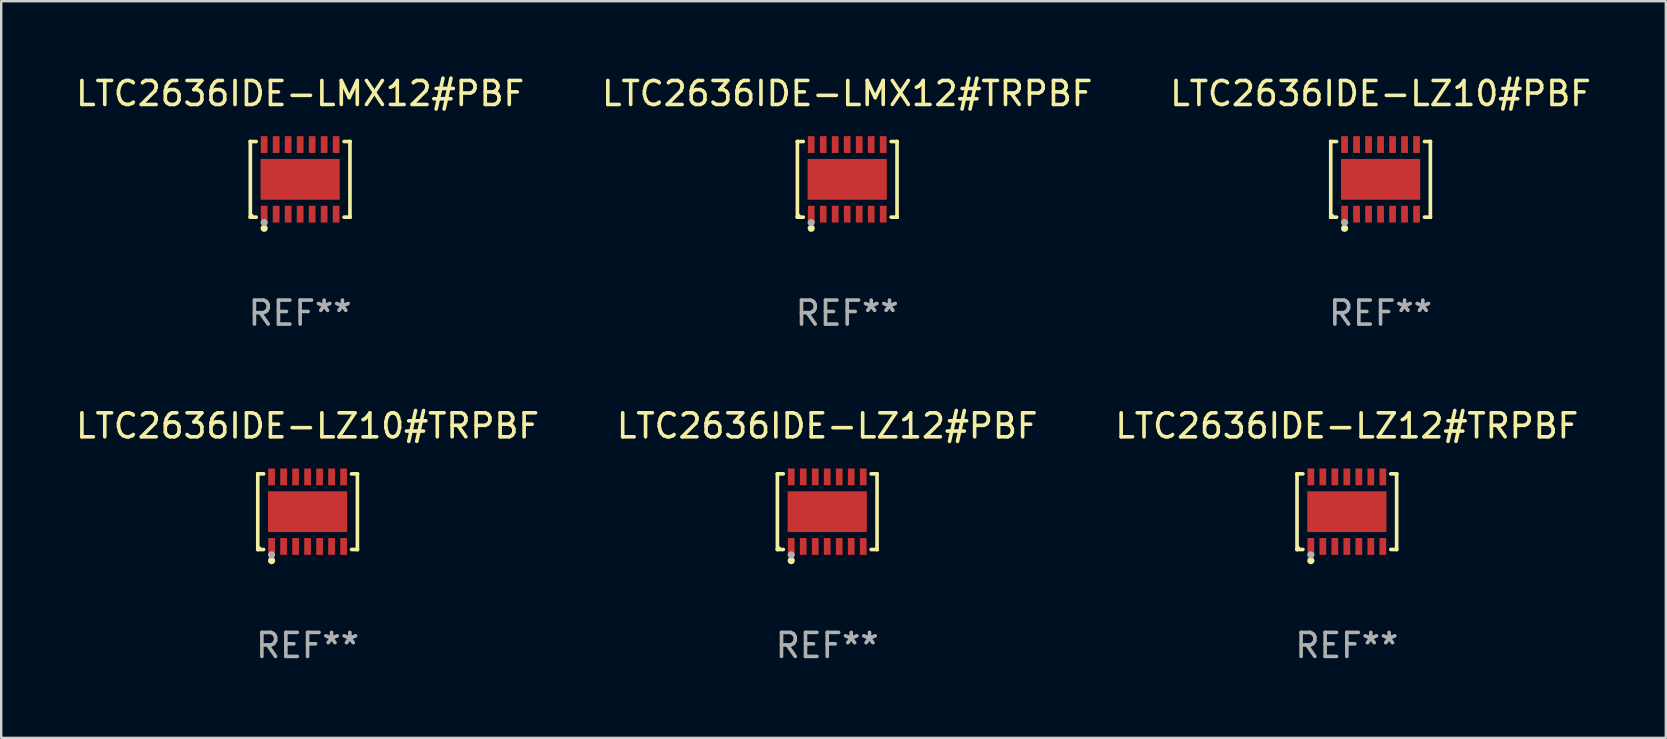
<source format=kicad_pcb>
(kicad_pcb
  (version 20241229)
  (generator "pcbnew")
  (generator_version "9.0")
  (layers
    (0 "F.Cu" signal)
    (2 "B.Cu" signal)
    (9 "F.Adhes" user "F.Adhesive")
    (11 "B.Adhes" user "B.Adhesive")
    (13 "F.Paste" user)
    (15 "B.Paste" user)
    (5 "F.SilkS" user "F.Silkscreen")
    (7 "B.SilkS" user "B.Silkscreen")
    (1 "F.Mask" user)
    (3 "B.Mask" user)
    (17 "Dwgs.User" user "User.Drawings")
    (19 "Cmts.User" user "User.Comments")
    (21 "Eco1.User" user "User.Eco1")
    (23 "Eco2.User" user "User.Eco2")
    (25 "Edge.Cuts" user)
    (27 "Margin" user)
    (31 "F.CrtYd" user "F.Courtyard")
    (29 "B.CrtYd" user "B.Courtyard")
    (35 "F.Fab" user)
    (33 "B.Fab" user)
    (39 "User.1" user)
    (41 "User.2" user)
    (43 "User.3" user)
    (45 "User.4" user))
  (footprint "LTC2636IDE-LMX12#PBF"
    (layer "F.Cu")
    (at 9.458 4.424)
    (property "Reference" "LTC2636IDE-LMX12#PBF" (at 0 -3.576 0) (layer "F.SilkS") (effects (font (size 1 1) (thickness 0.15))))
    (attr through_hole)
    (fp_line (start -2.076 -1.576) (end -2.076 -1.576) (stroke (width 0.152) (type solid)) (layer "F.SilkS"))
    (fp_line (start -2.076 -1.576) (end -1.831 -1.576) (stroke (width 0.152) (type solid)) (layer "F.SilkS"))
    (fp_line (start -2.076 1.576) (end -2.076 -1.576) (stroke (width 0.152) (type solid)) (layer "F.SilkS"))
    (fp_line (start -2.076 1.576) (end -2.076 1.576) (stroke (width 0.152) (type solid)) (layer "F.SilkS"))
    (fp_line (start -1.831 1.576) (end -2.076 1.576) (stroke (width 0.152) (type solid)) (layer "F.SilkS"))
    (fp_line (start 1.831 1.576) (end 2.076 1.576) (stroke (width 0.152) (type solid)) (layer "F.SilkS"))
    (fp_line (start 2.076 -1.576) (end 1.831 -1.576) (stroke (width 0.152) (type solid)) (layer "F.SilkS"))
    (fp_line (start 2.076 -1.576) (end 2.076 -1.576) (stroke (width 0.152) (type solid)) (layer "F.SilkS"))
    (fp_line (start 2.076 1.576) (end 2.076 -1.576) (stroke (width 0.152) (type solid)) (layer "F.SilkS"))
    (fp_line (start 2.076 1.576) (end 2.076 1.576) (stroke (width 0.152) (type solid)) (layer "F.SilkS"))
    (fp_circle (center -2 1.5) (end -1.97 1.5) (stroke (width 0.06) (type solid)) (fill no) (layer "F.SilkS"))
    (fp_circle (center -1.5 2.04) (end -1.425 2.04) (stroke (width 0.15) (type solid)) (fill no) (layer "F.SilkS"))
    (fp_circle (center -1.5 1.8) (end -1.425 1.8) (stroke (width 0.15) (type solid)) (fill no) (layer "F.Fab"))
    (fp_text user "REF**" (at 0 5.576 0) (layer "F.Fab") (effects (font (size 1 1) (thickness 0.15))))
    (pad "1" smd rect (at -1.5 1.45) (size 0.28 0.7) (layers "F.Cu" "F.Mask" "F.Paste"))
    (pad "2" smd rect (at -1 1.45) (size 0.28 0.7) (layers "F.Cu" "F.Mask" "F.Paste"))
    (pad "3" smd rect (at -0.5 1.45) (size 0.28 0.7) (layers "F.Cu" "F.Mask" "F.Paste"))
    (pad "4" smd rect (at 0 1.45) (size 0.28 0.7) (layers "F.Cu" "F.Mask" "F.Paste"))
    (pad "5" smd rect (at 0.5 1.45) (size 0.28 0.7) (layers "F.Cu" "F.Mask" "F.Paste"))
    (pad "6" smd rect (at 1 1.45) (size 0.28 0.7) (layers "F.Cu" "F.Mask" "F.Paste"))
    (pad "7" smd rect (at 1.5 1.45) (size 0.28 0.7) (layers "F.Cu" "F.Mask" "F.Paste"))
    (pad "8" smd rect (at 1.5 -1.45) (size 0.28 0.7) (layers "F.Cu" "F.Mask" "F.Paste"))
    (pad "9" smd rect (at 1 -1.45) (size 0.28 0.7) (layers "F.Cu" "F.Mask" "F.Paste"))
    (pad "10" smd rect (at 0.5 -1.45) (size 0.28 0.7) (layers "F.Cu" "F.Mask" "F.Paste"))
    (pad "11" smd rect (at 0 -1.45) (size 0.28 0.7) (layers "F.Cu" "F.Mask" "F.Paste"))
    (pad "12" smd rect (at -0.5 -1.45) (size 0.28 0.7) (layers "F.Cu" "F.Mask" "F.Paste"))
    (pad "13" smd rect (at -1 -1.45) (size 0.28 0.7) (layers "F.Cu" "F.Mask" "F.Paste"))
    (pad "14" smd rect (at -1.5 -1.45) (size 0.28 0.7) (layers "F.Cu" "F.Mask" "F.Paste"))
    (pad "15" smd rect (at 0 0) (size 3.3 1.7) (layers "F.Cu" "F.Mask" "F.Paste")))
  (footprint "LTC2636IDE-LZ12#PBF"
    (layer "F.Cu")
    (at 31.423 18.273)
    (property "Reference" "LTC2636IDE-LZ12#PBF" (at 0 -3.576 0) (layer "F.SilkS") (effects (font (size 1 1) (thickness 0.15))))
    (attr through_hole)
    (fp_line (start -2.076 -1.576) (end -2.076 -1.576) (stroke (width 0.152) (type solid)) (layer "F.SilkS"))
    (fp_line (start -2.076 -1.576) (end -1.831 -1.576) (stroke (width 0.152) (type solid)) (layer "F.SilkS"))
    (fp_line (start -2.076 1.576) (end -2.076 -1.576) (stroke (width 0.152) (type solid)) (layer "F.SilkS"))
    (fp_line (start -2.076 1.576) (end -2.076 1.576) (stroke (width 0.152) (type solid)) (layer "F.SilkS"))
    (fp_line (start -1.831 1.576) (end -2.076 1.576) (stroke (width 0.152) (type solid)) (layer "F.SilkS"))
    (fp_line (start 1.831 1.576) (end 2.076 1.576) (stroke (width 0.152) (type solid)) (layer "F.SilkS"))
    (fp_line (start 2.076 -1.576) (end 1.831 -1.576) (stroke (width 0.152) (type solid)) (layer "F.SilkS"))
    (fp_line (start 2.076 -1.576) (end 2.076 -1.576) (stroke (width 0.152) (type solid)) (layer "F.SilkS"))
    (fp_line (start 2.076 1.576) (end 2.076 -1.576) (stroke (width 0.152) (type solid)) (layer "F.SilkS"))
    (fp_line (start 2.076 1.576) (end 2.076 1.576) (stroke (width 0.152) (type solid)) (layer "F.SilkS"))
    (fp_circle (center -2 1.5) (end -1.97 1.5) (stroke (width 0.06) (type solid)) (fill no) (layer "F.SilkS"))
    (fp_circle (center -1.5 2.04) (end -1.425 2.04) (stroke (width 0.15) (type solid)) (fill no) (layer "F.SilkS"))
    (fp_circle (center -1.5 1.8) (end -1.425 1.8) (stroke (width 0.15) (type solid)) (fill no) (layer "F.Fab"))
    (fp_text user "REF**" (at 0 5.576 0) (layer "F.Fab") (effects (font (size 1 1) (thickness 0.15))))
    (pad "1" smd rect (at -1.5 1.45) (size 0.28 0.7) (layers "F.Cu" "F.Mask" "F.Paste"))
    (pad "2" smd rect (at -1 1.45) (size 0.28 0.7) (layers "F.Cu" "F.Mask" "F.Paste"))
    (pad "3" smd rect (at -0.5 1.45) (size 0.28 0.7) (layers "F.Cu" "F.Mask" "F.Paste"))
    (pad "4" smd rect (at 0 1.45) (size 0.28 0.7) (layers "F.Cu" "F.Mask" "F.Paste"))
    (pad "5" smd rect (at 0.5 1.45) (size 0.28 0.7) (layers "F.Cu" "F.Mask" "F.Paste"))
    (pad "6" smd rect (at 1 1.45) (size 0.28 0.7) (layers "F.Cu" "F.Mask" "F.Paste"))
    (pad "7" smd rect (at 1.5 1.45) (size 0.28 0.7) (layers "F.Cu" "F.Mask" "F.Paste"))
    (pad "8" smd rect (at 1.5 -1.45) (size 0.28 0.7) (layers "F.Cu" "F.Mask" "F.Paste"))
    (pad "9" smd rect (at 1 -1.45) (size 0.28 0.7) (layers "F.Cu" "F.Mask" "F.Paste"))
    (pad "10" smd rect (at 0.5 -1.45) (size 0.28 0.7) (layers "F.Cu" "F.Mask" "F.Paste"))
    (pad "11" smd rect (at 0 -1.45) (size 0.28 0.7) (layers "F.Cu" "F.Mask" "F.Paste"))
    (pad "12" smd rect (at -0.5 -1.45) (size 0.28 0.7) (layers "F.Cu" "F.Mask" "F.Paste"))
    (pad "13" smd rect (at -1 -1.45) (size 0.28 0.7) (layers "F.Cu" "F.Mask" "F.Paste"))
    (pad "14" smd rect (at -1.5 -1.45) (size 0.28 0.7) (layers "F.Cu" "F.Mask" "F.Paste"))
    (pad "15" smd rect (at 0 0) (size 3.3 1.7) (layers "F.Cu" "F.Mask" "F.Paste")))
  (footprint "LTC2636IDE-LZ10#PBF"
    (layer "F.Cu")
    (at 54.482 4.424)
    (property "Reference" "LTC2636IDE-LZ10#PBF" (at 0 -3.576 0) (layer "F.SilkS") (effects (font (size 1 1) (thickness 0.15))))
    (attr through_hole)
    (fp_line (start -2.076 -1.576) (end -2.076 -1.576) (stroke (width 0.152) (type solid)) (layer "F.SilkS"))
    (fp_line (start -2.076 -1.576) (end -1.831 -1.576) (stroke (width 0.152) (type solid)) (layer "F.SilkS"))
    (fp_line (start -2.076 1.576) (end -2.076 -1.576) (stroke (width 0.152) (type solid)) (layer "F.SilkS"))
    (fp_line (start -2.076 1.576) (end -2.076 1.576) (stroke (width 0.152) (type solid)) (layer "F.SilkS"))
    (fp_line (start -1.831 1.576) (end -2.076 1.576) (stroke (width 0.152) (type solid)) (layer "F.SilkS"))
    (fp_line (start 1.831 1.576) (end 2.076 1.576) (stroke (width 0.152) (type solid)) (layer "F.SilkS"))
    (fp_line (start 2.076 -1.576) (end 1.831 -1.576) (stroke (width 0.152) (type solid)) (layer "F.SilkS"))
    (fp_line (start 2.076 -1.576) (end 2.076 -1.576) (stroke (width 0.152) (type solid)) (layer "F.SilkS"))
    (fp_line (start 2.076 1.576) (end 2.076 -1.576) (stroke (width 0.152) (type solid)) (layer "F.SilkS"))
    (fp_line (start 2.076 1.576) (end 2.076 1.576) (stroke (width 0.152) (type solid)) (layer "F.SilkS"))
    (fp_circle (center -2 1.5) (end -1.97 1.5) (stroke (width 0.06) (type solid)) (fill no) (layer "F.SilkS"))
    (fp_circle (center -1.5 2.04) (end -1.425 2.04) (stroke (width 0.15) (type solid)) (fill no) (layer "F.SilkS"))
    (fp_circle (center -1.5 1.8) (end -1.425 1.8) (stroke (width 0.15) (type solid)) (fill no) (layer "F.Fab"))
    (fp_text user "REF**" (at 0 5.576 0) (layer "F.Fab") (effects (font (size 1 1) (thickness 0.15))))
    (pad "1" smd rect (at -1.5 1.45) (size 0.28 0.7) (layers "F.Cu" "F.Mask" "F.Paste"))
    (pad "2" smd rect (at -1 1.45) (size 0.28 0.7) (layers "F.Cu" "F.Mask" "F.Paste"))
    (pad "3" smd rect (at -0.5 1.45) (size 0.28 0.7) (layers "F.Cu" "F.Mask" "F.Paste"))
    (pad "4" smd rect (at 0 1.45) (size 0.28 0.7) (layers "F.Cu" "F.Mask" "F.Paste"))
    (pad "5" smd rect (at 0.5 1.45) (size 0.28 0.7) (layers "F.Cu" "F.Mask" "F.Paste"))
    (pad "6" smd rect (at 1 1.45) (size 0.28 0.7) (layers "F.Cu" "F.Mask" "F.Paste"))
    (pad "7" smd rect (at 1.5 1.45) (size 0.28 0.7) (layers "F.Cu" "F.Mask" "F.Paste"))
    (pad "8" smd rect (at 1.5 -1.45) (size 0.28 0.7) (layers "F.Cu" "F.Mask" "F.Paste"))
    (pad "9" smd rect (at 1 -1.45) (size 0.28 0.7) (layers "F.Cu" "F.Mask" "F.Paste"))
    (pad "10" smd rect (at 0.5 -1.45) (size 0.28 0.7) (layers "F.Cu" "F.Mask" "F.Paste"))
    (pad "11" smd rect (at 0 -1.45) (size 0.28 0.7) (layers "F.Cu" "F.Mask" "F.Paste"))
    (pad "12" smd rect (at -0.5 -1.45) (size 0.28 0.7) (layers "F.Cu" "F.Mask" "F.Paste"))
    (pad "13" smd rect (at -1 -1.45) (size 0.28 0.7) (layers "F.Cu" "F.Mask" "F.Paste"))
    (pad "14" smd rect (at -1.5 -1.45) (size 0.28 0.7) (layers "F.Cu" "F.Mask" "F.Paste"))
    (pad "15" smd rect (at 0 0) (size 3.3 1.7) (layers "F.Cu" "F.Mask" "F.Paste")))
  (footprint "LTC2636IDE-LZ10#TRPBF"
    (layer "F.Cu")
    (at 9.768 18.273)
    (property "Reference" "LTC2636IDE-LZ10#TRPBF" (at 0 -3.576 0) (layer "F.SilkS") (effects (font (size 1 1) (thickness 0.15))))
    (attr through_hole)
    (fp_line (start -2.076 -1.576) (end -2.076 -1.576) (stroke (width 0.152) (type solid)) (layer "F.SilkS"))
    (fp_line (start -2.076 -1.576) (end -1.831 -1.576) (stroke (width 0.152) (type solid)) (layer "F.SilkS"))
    (fp_line (start -2.076 1.576) (end -2.076 -1.576) (stroke (width 0.152) (type solid)) (layer "F.SilkS"))
    (fp_line (start -2.076 1.576) (end -2.076 1.576) (stroke (width 0.152) (type solid)) (layer "F.SilkS"))
    (fp_line (start -1.831 1.576) (end -2.076 1.576) (stroke (width 0.152) (type solid)) (layer "F.SilkS"))
    (fp_line (start 1.831 1.576) (end 2.076 1.576) (stroke (width 0.152) (type solid)) (layer "F.SilkS"))
    (fp_line (start 2.076 -1.576) (end 1.831 -1.576) (stroke (width 0.152) (type solid)) (layer "F.SilkS"))
    (fp_line (start 2.076 -1.576) (end 2.076 -1.576) (stroke (width 0.152) (type solid)) (layer "F.SilkS"))
    (fp_line (start 2.076 1.576) (end 2.076 -1.576) (stroke (width 0.152) (type solid)) (layer "F.SilkS"))
    (fp_line (start 2.076 1.576) (end 2.076 1.576) (stroke (width 0.152) (type solid)) (layer "F.SilkS"))
    (fp_circle (center -2 1.5) (end -1.97 1.5) (stroke (width 0.06) (type solid)) (fill no) (layer "F.SilkS"))
    (fp_circle (center -1.5 2.04) (end -1.425 2.04) (stroke (width 0.15) (type solid)) (fill no) (layer "F.SilkS"))
    (fp_circle (center -1.5 1.8) (end -1.425 1.8) (stroke (width 0.15) (type solid)) (fill no) (layer "F.Fab"))
    (fp_text user "REF**" (at 0 5.576 0) (layer "F.Fab") (effects (font (size 1 1) (thickness 0.15))))
    (pad "1" smd rect (at -1.5 1.45) (size 0.28 0.7) (layers "F.Cu" "F.Mask" "F.Paste"))
    (pad "2" smd rect (at -1 1.45) (size 0.28 0.7) (layers "F.Cu" "F.Mask" "F.Paste"))
    (pad "3" smd rect (at -0.5 1.45) (size 0.28 0.7) (layers "F.Cu" "F.Mask" "F.Paste"))
    (pad "4" smd rect (at 0 1.45) (size 0.28 0.7) (layers "F.Cu" "F.Mask" "F.Paste"))
    (pad "5" smd rect (at 0.5 1.45) (size 0.28 0.7) (layers "F.Cu" "F.Mask" "F.Paste"))
    (pad "6" smd rect (at 1 1.45) (size 0.28 0.7) (layers "F.Cu" "F.Mask" "F.Paste"))
    (pad "7" smd rect (at 1.5 1.45) (size 0.28 0.7) (layers "F.Cu" "F.Mask" "F.Paste"))
    (pad "8" smd rect (at 1.5 -1.45) (size 0.28 0.7) (layers "F.Cu" "F.Mask" "F.Paste"))
    (pad "9" smd rect (at 1 -1.45) (size 0.28 0.7) (layers "F.Cu" "F.Mask" "F.Paste"))
    (pad "10" smd rect (at 0.5 -1.45) (size 0.28 0.7) (layers "F.Cu" "F.Mask" "F.Paste"))
    (pad "11" smd rect (at 0 -1.45) (size 0.28 0.7) (layers "F.Cu" "F.Mask" "F.Paste"))
    (pad "12" smd rect (at -0.5 -1.45) (size 0.28 0.7) (layers "F.Cu" "F.Mask" "F.Paste"))
    (pad "13" smd rect (at -1 -1.45) (size 0.28 0.7) (layers "F.Cu" "F.Mask" "F.Paste"))
    (pad "14" smd rect (at -1.5 -1.45) (size 0.28 0.7) (layers "F.Cu" "F.Mask" "F.Paste"))
    (pad "15" smd rect (at 0 0) (size 3.3 1.7) (layers "F.Cu" "F.Mask" "F.Paste")))
  (footprint "LTC2636IDE-LZ12#TRPBF"
    (layer "F.Cu")
    (at 53.077 18.273)
    (property "Reference" "LTC2636IDE-LZ12#TRPBF" (at 0 -3.576 0) (layer "F.SilkS") (effects (font (size 1 1) (thickness 0.15))))
    (attr through_hole)
    (fp_line (start -2.076 -1.576) (end -2.076 -1.576) (stroke (width 0.152) (type solid)) (layer "F.SilkS"))
    (fp_line (start -2.076 -1.576) (end -1.831 -1.576) (stroke (width 0.152) (type solid)) (layer "F.SilkS"))
    (fp_line (start -2.076 1.576) (end -2.076 -1.576) (stroke (width 0.152) (type solid)) (layer "F.SilkS"))
    (fp_line (start -2.076 1.576) (end -2.076 1.576) (stroke (width 0.152) (type solid)) (layer "F.SilkS"))
    (fp_line (start -1.831 1.576) (end -2.076 1.576) (stroke (width 0.152) (type solid)) (layer "F.SilkS"))
    (fp_line (start 1.831 1.576) (end 2.076 1.576) (stroke (width 0.152) (type solid)) (layer "F.SilkS"))
    (fp_line (start 2.076 -1.576) (end 1.831 -1.576) (stroke (width 0.152) (type solid)) (layer "F.SilkS"))
    (fp_line (start 2.076 -1.576) (end 2.076 -1.576) (stroke (width 0.152) (type solid)) (layer "F.SilkS"))
    (fp_line (start 2.076 1.576) (end 2.076 -1.576) (stroke (width 0.152) (type solid)) (layer "F.SilkS"))
    (fp_line (start 2.076 1.576) (end 2.076 1.576) (stroke (width 0.152) (type solid)) (layer "F.SilkS"))
    (fp_circle (center -2 1.5) (end -1.97 1.5) (stroke (width 0.06) (type solid)) (fill no) (layer "F.SilkS"))
    (fp_circle (center -1.5 2.04) (end -1.425 2.04) (stroke (width 0.15) (type solid)) (fill no) (layer "F.SilkS"))
    (fp_circle (center -1.5 1.8) (end -1.425 1.8) (stroke (width 0.15) (type solid)) (fill no) (layer "F.Fab"))
    (fp_text user "REF**" (at 0 5.576 0) (layer "F.Fab") (effects (font (size 1 1) (thickness 0.15))))
    (pad "1" smd rect (at -1.5 1.45) (size 0.28 0.7) (layers "F.Cu" "F.Mask" "F.Paste"))
    (pad "2" smd rect (at -1 1.45) (size 0.28 0.7) (layers "F.Cu" "F.Mask" "F.Paste"))
    (pad "3" smd rect (at -0.5 1.45) (size 0.28 0.7) (layers "F.Cu" "F.Mask" "F.Paste"))
    (pad "4" smd rect (at 0 1.45) (size 0.28 0.7) (layers "F.Cu" "F.Mask" "F.Paste"))
    (pad "5" smd rect (at 0.5 1.45) (size 0.28 0.7) (layers "F.Cu" "F.Mask" "F.Paste"))
    (pad "6" smd rect (at 1 1.45) (size 0.28 0.7) (layers "F.Cu" "F.Mask" "F.Paste"))
    (pad "7" smd rect (at 1.5 1.45) (size 0.28 0.7) (layers "F.Cu" "F.Mask" "F.Paste"))
    (pad "8" smd rect (at 1.5 -1.45) (size 0.28 0.7) (layers "F.Cu" "F.Mask" "F.Paste"))
    (pad "9" smd rect (at 1 -1.45) (size 0.28 0.7) (layers "F.Cu" "F.Mask" "F.Paste"))
    (pad "10" smd rect (at 0.5 -1.45) (size 0.28 0.7) (layers "F.Cu" "F.Mask" "F.Paste"))
    (pad "11" smd rect (at 0 -1.45) (size 0.28 0.7) (layers "F.Cu" "F.Mask" "F.Paste"))
    (pad "12" smd rect (at -0.5 -1.45) (size 0.28 0.7) (layers "F.Cu" "F.Mask" "F.Paste"))
    (pad "13" smd rect (at -1 -1.45) (size 0.28 0.7) (layers "F.Cu" "F.Mask" "F.Paste"))
    (pad "14" smd rect (at -1.5 -1.45) (size 0.28 0.7) (layers "F.Cu" "F.Mask" "F.Paste"))
    (pad "15" smd rect (at 0 0) (size 3.3 1.7) (layers "F.Cu" "F.Mask" "F.Paste")))
  (footprint "LTC2636IDE-LMX12#TRPBF"
    (layer "F.Cu")
    (at 32.256 4.424)
    (property "Reference" "LTC2636IDE-LMX12#TRPBF" (at 0 -3.576 0) (layer "F.SilkS") (effects (font (size 1 1) (thickness 0.15))))
    (attr through_hole)
    (fp_line (start -2.076 -1.576) (end -2.076 -1.576) (stroke (width 0.152) (type solid)) (layer "F.SilkS"))
    (fp_line (start -2.076 -1.576) (end -1.831 -1.576) (stroke (width 0.152) (type solid)) (layer "F.SilkS"))
    (fp_line (start -2.076 1.576) (end -2.076 -1.576) (stroke (width 0.152) (type solid)) (layer "F.SilkS"))
    (fp_line (start -2.076 1.576) (end -2.076 1.576) (stroke (width 0.152) (type solid)) (layer "F.SilkS"))
    (fp_line (start -1.831 1.576) (end -2.076 1.576) (stroke (width 0.152) (type solid)) (layer "F.SilkS"))
    (fp_line (start 1.831 1.576) (end 2.076 1.576) (stroke (width 0.152) (type solid)) (layer "F.SilkS"))
    (fp_line (start 2.076 -1.576) (end 1.831 -1.576) (stroke (width 0.152) (type solid)) (layer "F.SilkS"))
    (fp_line (start 2.076 -1.576) (end 2.076 -1.576) (stroke (width 0.152) (type solid)) (layer "F.SilkS"))
    (fp_line (start 2.076 1.576) (end 2.076 -1.576) (stroke (width 0.152) (type solid)) (layer "F.SilkS"))
    (fp_line (start 2.076 1.576) (end 2.076 1.576) (stroke (width 0.152) (type solid)) (layer "F.SilkS"))
    (fp_circle (center -2 1.5) (end -1.97 1.5) (stroke (width 0.06) (type solid)) (fill no) (layer "F.SilkS"))
    (fp_circle (center -1.5 2.04) (end -1.425 2.04) (stroke (width 0.15) (type solid)) (fill no) (layer "F.SilkS"))
    (fp_circle (center -1.5 1.8) (end -1.425 1.8) (stroke (width 0.15) (type solid)) (fill no) (layer "F.Fab"))
    (fp_text user "REF**" (at 0 5.576 0) (layer "F.Fab") (effects (font (size 1 1) (thickness 0.15))))
    (pad "1" smd rect (at -1.5 1.45) (size 0.28 0.7) (layers "F.Cu" "F.Mask" "F.Paste"))
    (pad "2" smd rect (at -1 1.45) (size 0.28 0.7) (layers "F.Cu" "F.Mask" "F.Paste"))
    (pad "3" smd rect (at -0.5 1.45) (size 0.28 0.7) (layers "F.Cu" "F.Mask" "F.Paste"))
    (pad "4" smd rect (at 0 1.45) (size 0.28 0.7) (layers "F.Cu" "F.Mask" "F.Paste"))
    (pad "5" smd rect (at 0.5 1.45) (size 0.28 0.7) (layers "F.Cu" "F.Mask" "F.Paste"))
    (pad "6" smd rect (at 1 1.45) (size 0.28 0.7) (layers "F.Cu" "F.Mask" "F.Paste"))
    (pad "7" smd rect (at 1.5 1.45) (size 0.28 0.7) (layers "F.Cu" "F.Mask" "F.Paste"))
    (pad "8" smd rect (at 1.5 -1.45) (size 0.28 0.7) (layers "F.Cu" "F.Mask" "F.Paste"))
    (pad "9" smd rect (at 1 -1.45) (size 0.28 0.7) (layers "F.Cu" "F.Mask" "F.Paste"))
    (pad "10" smd rect (at 0.5 -1.45) (size 0.28 0.7) (layers "F.Cu" "F.Mask" "F.Paste"))
    (pad "11" smd rect (at 0 -1.45) (size 0.28 0.7) (layers "F.Cu" "F.Mask" "F.Paste"))
    (pad "12" smd rect (at -0.5 -1.45) (size 0.28 0.7) (layers "F.Cu" "F.Mask" "F.Paste"))
    (pad "13" smd rect (at -1 -1.45) (size 0.28 0.7) (layers "F.Cu" "F.Mask" "F.Paste"))
    (pad "14" smd rect (at -1.5 -1.45) (size 0.28 0.7) (layers "F.Cu" "F.Mask" "F.Paste"))
    (pad "15" smd rect (at 0 0) (size 3.3 1.7) (layers "F.Cu" "F.Mask" "F.Paste")))
  (gr_rect
    (start -3 -3)
    (end 66.369 27.698)
    (stroke (width 0.1) (type default))
    (fill no)
    (layer "Edge.Cuts")))
</source>
